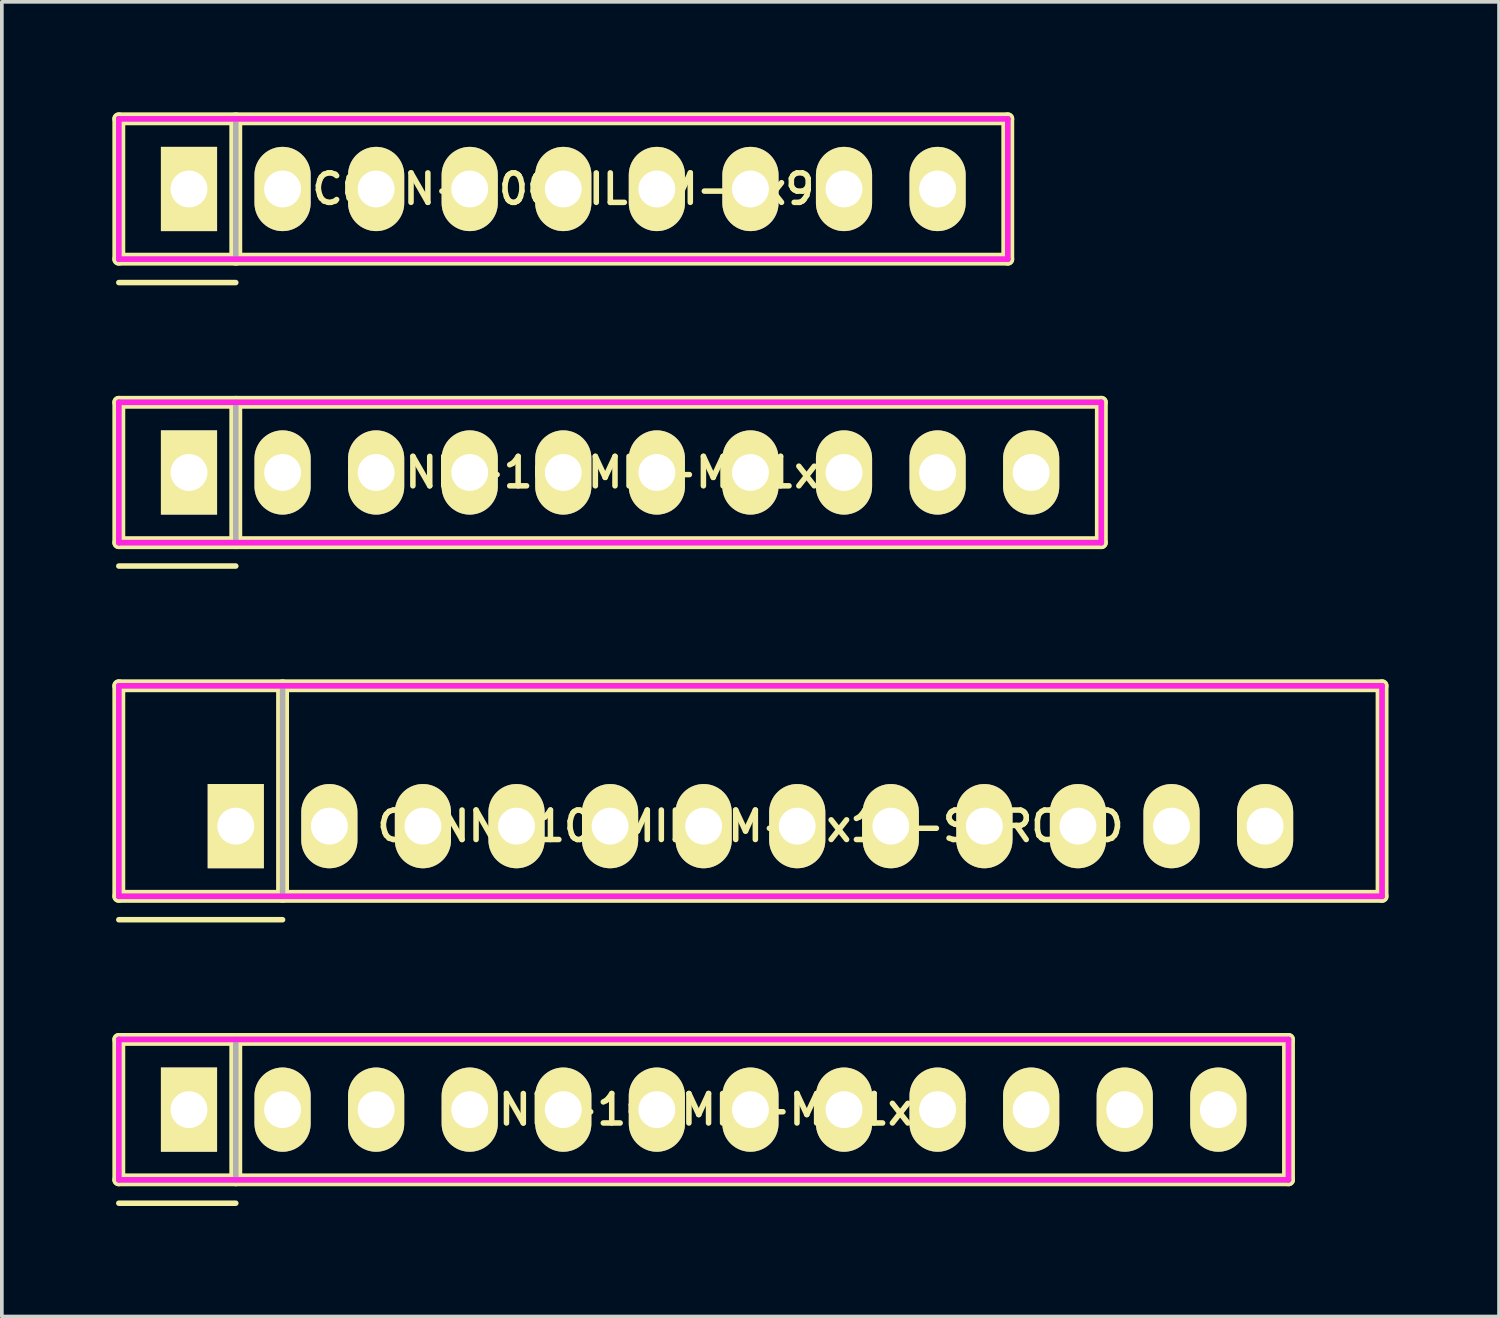
<source format=kicad_pcb>
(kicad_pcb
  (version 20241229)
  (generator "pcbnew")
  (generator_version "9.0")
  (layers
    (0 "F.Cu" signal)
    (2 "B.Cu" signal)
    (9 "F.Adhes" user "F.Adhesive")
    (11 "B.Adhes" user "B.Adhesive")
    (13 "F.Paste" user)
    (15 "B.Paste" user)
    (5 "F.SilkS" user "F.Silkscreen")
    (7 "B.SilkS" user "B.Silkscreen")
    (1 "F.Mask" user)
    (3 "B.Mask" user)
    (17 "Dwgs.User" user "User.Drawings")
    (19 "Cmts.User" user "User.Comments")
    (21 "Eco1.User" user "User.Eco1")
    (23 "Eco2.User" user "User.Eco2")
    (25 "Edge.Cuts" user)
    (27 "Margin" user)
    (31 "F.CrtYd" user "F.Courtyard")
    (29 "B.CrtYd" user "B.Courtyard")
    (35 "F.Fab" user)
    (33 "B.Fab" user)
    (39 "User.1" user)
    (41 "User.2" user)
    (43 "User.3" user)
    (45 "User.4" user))
  (footprint "CONN-100MIL-M-1x9"
    (layer "F.Cu")
    (at 12.24 2.08)
    (property "Reference" "CONN-100MIL-M-1x9" (at 0 0 0) (layer "F.SilkS") (effects (font (size 0.8 0.8) (thickness 0.15))))
    (attr through_hole)
    (fp_line (start -12.065 -1.905) (end 12.065 -1.905) (stroke (width 0.35) (type solid)) (layer "F.SilkS"))
    (fp_line (start -12.065 1.905) (end -12.065 -1.905) (stroke (width 0.35) (type solid)) (layer "F.SilkS"))
    (fp_line (start -12.065 2.54) (end -8.89 2.54) (stroke (width 0.15) (type solid)) (layer "F.SilkS"))
    (fp_line (start -8.89 -1.905) (end -8.89 1.905) (stroke (width 0.35) (type solid)) (layer "F.SilkS"))
    (fp_line (start 12.065 -1.905) (end 12.065 1.905) (stroke (width 0.35) (type solid)) (layer "F.SilkS"))
    (fp_line (start 12.065 1.905) (end -12.065 1.905) (stroke (width 0.35) (type solid)) (layer "F.SilkS"))
    (fp_line (start -12.065 -1.905) (end 12.065 -1.905) (stroke (width 0.15) (type solid)) (layer "F.CrtYd"))
    (fp_line (start -12.065 1.905) (end -12.065 -1.905) (stroke (width 0.15) (type solid)) (layer "F.CrtYd"))
    (fp_line (start 12.065 -1.905) (end 12.065 1.905) (stroke (width 0.15) (type solid)) (layer "F.CrtYd"))
    (fp_line (start 12.065 1.905) (end -12.065 1.905) (stroke (width 0.15) (type solid)) (layer "F.CrtYd"))
    (fp_line (start -12.065 -1.905) (end 12.065 -1.905) (stroke (width 0.15) (type solid)) (layer "F.Fab"))
    (fp_line (start -12.065 1.905) (end -12.065 -1.905) (stroke (width 0.15) (type solid)) (layer "F.Fab"))
    (fp_line (start -8.89 -1.905) (end -8.89 1.905) (stroke (width 0.15) (type solid)) (layer "F.Fab"))
    (fp_line (start 12.065 -1.905) (end 12.065 1.905) (stroke (width 0.15) (type solid)) (layer "F.Fab"))
    (fp_line (start 12.065 1.905) (end -12.065 1.905) (stroke (width 0.15) (type solid)) (layer "F.Fab"))
    (pad "1" thru_hole rect (at -10.16 0) (size 1.524 2.286) (drill 1) (layers "*.Cu" "*.Mask" "F.SilkS"))
    (pad "2" thru_hole oval (at -7.62 0) (size 1.524 2.286) (drill 1) (layers "*.Cu" "*.Mask" "F.SilkS"))
    (pad "3" thru_hole oval (at -5.08 0) (size 1.524 2.286) (drill 1) (layers "*.Cu" "*.Mask" "F.SilkS"))
    (pad "4" thru_hole oval (at -2.54 0) (size 1.524 2.286) (drill 1) (layers "*.Cu" "*.Mask" "F.SilkS"))
    (pad "5" thru_hole oval (at 0 0) (size 1.524 2.286) (drill 1) (layers "*.Cu" "*.Mask" "F.SilkS"))
    (pad "6" thru_hole oval (at 2.54 0) (size 1.524 2.286) (drill 1) (layers "*.Cu" "*.Mask" "F.SilkS"))
    (pad "7" thru_hole oval (at 5.08 0) (size 1.524 2.286) (drill 1) (layers "*.Cu" "*.Mask" "F.SilkS"))
    (pad "8" thru_hole oval (at 7.62 0) (size 1.524 2.286) (drill 1) (layers "*.Cu" "*.Mask" "F.SilkS"))
    (pad "9" thru_hole oval (at 10.16 0) (size 1.524 2.286) (drill 1) (layers "*.Cu" "*.Mask" "F.SilkS")))
  (footprint "CONN-100MIL-M-1x12-SHROUD"
    (layer "F.Cu")
    (at 17.32 19.375)
    (property "Reference" "CONN-100MIL-M-1x12-SHROUD" (at 0 0 0) (layer "F.SilkS") (effects (font (size 0.8 0.8) (thickness 0.15))))
    (attr through_hole)
    (fp_line (start -17.145 -3.81) (end 17.145 -3.81) (stroke (width 0.35) (type solid)) (layer "F.SilkS"))
    (fp_line (start -17.145 1.905) (end -17.145 -3.81) (stroke (width 0.35) (type solid)) (layer "F.SilkS"))
    (fp_line (start -17.145 2.54) (end -12.7 2.54) (stroke (width 0.15) (type solid)) (layer "F.SilkS"))
    (fp_line (start -12.7 -3.81) (end -12.7 1.905) (stroke (width 0.35) (type solid)) (layer "F.SilkS"))
    (fp_line (start 17.145 -3.81) (end 17.145 1.905) (stroke (width 0.35) (type solid)) (layer "F.SilkS"))
    (fp_line (start 17.145 1.905) (end -17.145 1.905) (stroke (width 0.35) (type solid)) (layer "F.SilkS"))
    (fp_line (start -17.145 -3.81) (end 17.145 -3.81) (stroke (width 0.15) (type solid)) (layer "F.CrtYd"))
    (fp_line (start -17.145 1.905) (end -17.145 -3.81) (stroke (width 0.15) (type solid)) (layer "F.CrtYd"))
    (fp_line (start 17.145 -3.81) (end 17.145 1.905) (stroke (width 0.15) (type solid)) (layer "F.CrtYd"))
    (fp_line (start 17.145 1.905) (end -17.145 1.905) (stroke (width 0.15) (type solid)) (layer "F.CrtYd"))
    (fp_line (start -17.145 -3.81) (end 17.145 -3.81) (stroke (width 0.15) (type solid)) (layer "F.Fab"))
    (fp_line (start -17.145 1.905) (end -17.145 -3.81) (stroke (width 0.15) (type solid)) (layer "F.Fab"))
    (fp_line (start -12.7 -3.81) (end -12.7 1.905) (stroke (width 0.15) (type solid)) (layer "F.Fab"))
    (fp_line (start 17.145 -3.81) (end 17.145 1.905) (stroke (width 0.15) (type solid)) (layer "F.Fab"))
    (fp_line (start 17.145 1.905) (end -17.145 1.905) (stroke (width 0.15) (type solid)) (layer "F.Fab"))
    (pad "1" thru_hole rect (at -13.97 0) (size 1.524 2.286) (drill 1) (layers "*.Cu" "*.Mask" "F.SilkS"))
    (pad "2" thru_hole oval (at -11.43 0) (size 1.524 2.286) (drill 1) (layers "*.Cu" "*.Mask" "F.SilkS"))
    (pad "3" thru_hole oval (at -8.89 0) (size 1.524 2.286) (drill 1) (layers "*.Cu" "*.Mask" "F.SilkS"))
    (pad "4" thru_hole oval (at -6.35 0) (size 1.524 2.286) (drill 1) (layers "*.Cu" "*.Mask" "F.SilkS"))
    (pad "5" thru_hole oval (at -3.81 0) (size 1.524 2.286) (drill 1) (layers "*.Cu" "*.Mask" "F.SilkS"))
    (pad "6" thru_hole oval (at -1.27 0) (size 1.524 2.286) (drill 1) (layers "*.Cu" "*.Mask" "F.SilkS"))
    (pad "7" thru_hole oval (at 1.27 0) (size 1.524 2.286) (drill 1) (layers "*.Cu" "*.Mask" "F.SilkS"))
    (pad "8" thru_hole oval (at 3.81 0) (size 1.524 2.286) (drill 1) (layers "*.Cu" "*.Mask" "F.SilkS"))
    (pad "9" thru_hole oval (at 6.35 0) (size 1.524 2.286) (drill 1) (layers "*.Cu" "*.Mask" "F.SilkS"))
    (pad "10" thru_hole oval (at 8.89 0) (size 1.524 2.286) (drill 1) (layers "*.Cu" "*.Mask" "F.SilkS"))
    (pad "11" thru_hole oval (at 11.43 0) (size 1.524 2.286) (drill 1) (layers "*.Cu" "*.Mask" "F.SilkS"))
    (pad "12" thru_hole oval (at 13.97 0) (size 1.524 2.286) (drill 1) (layers "*.Cu" "*.Mask" "F.SilkS")))
  (footprint "CONN-100MIL-M-1x12"
    (layer "F.Cu")
    (at 16.05 27.07)
    (property "Reference" "CONN-100MIL-M-1x12" (at 0 0 0) (layer "F.SilkS") (effects (font (size 0.8 0.8) (thickness 0.15))))
    (attr through_hole)
    (fp_line (start -15.875 -1.905) (end 15.875 -1.905) (stroke (width 0.35) (type solid)) (layer "F.SilkS"))
    (fp_line (start -15.875 1.905) (end -15.875 -1.905) (stroke (width 0.35) (type solid)) (layer "F.SilkS"))
    (fp_line (start -15.875 2.54) (end -12.7 2.54) (stroke (width 0.15) (type solid)) (layer "F.SilkS"))
    (fp_line (start -12.7 -1.905) (end -12.7 1.905) (stroke (width 0.35) (type solid)) (layer "F.SilkS"))
    (fp_line (start 15.875 -1.905) (end 15.875 1.905) (stroke (width 0.35) (type solid)) (layer "F.SilkS"))
    (fp_line (start 15.875 1.905) (end -15.875 1.905) (stroke (width 0.35) (type solid)) (layer "F.SilkS"))
    (fp_line (start -15.875 -1.905) (end 15.875 -1.905) (stroke (width 0.15) (type solid)) (layer "F.CrtYd"))
    (fp_line (start -15.875 1.905) (end -15.875 -1.905) (stroke (width 0.15) (type solid)) (layer "F.CrtYd"))
    (fp_line (start 15.875 -1.905) (end 15.875 1.905) (stroke (width 0.15) (type solid)) (layer "F.CrtYd"))
    (fp_line (start 15.875 1.905) (end -15.875 1.905) (stroke (width 0.15) (type solid)) (layer "F.CrtYd"))
    (fp_line (start -15.875 -1.905) (end 15.875 -1.905) (stroke (width 0.15) (type solid)) (layer "F.Fab"))
    (fp_line (start -15.875 1.905) (end -15.875 -1.905) (stroke (width 0.15) (type solid)) (layer "F.Fab"))
    (fp_line (start -12.7 -1.905) (end -12.7 1.905) (stroke (width 0.15) (type solid)) (layer "F.Fab"))
    (fp_line (start 15.875 -1.905) (end 15.875 1.905) (stroke (width 0.15) (type solid)) (layer "F.Fab"))
    (fp_line (start 15.875 1.905) (end -15.875 1.905) (stroke (width 0.15) (type solid)) (layer "F.Fab"))
    (pad "1" thru_hole rect (at -13.97 0) (size 1.524 2.286) (drill 1) (layers "*.Cu" "*.Mask" "F.SilkS"))
    (pad "2" thru_hole oval (at -11.43 0) (size 1.524 2.286) (drill 1) (layers "*.Cu" "*.Mask" "F.SilkS"))
    (pad "3" thru_hole oval (at -8.89 0) (size 1.524 2.286) (drill 1) (layers "*.Cu" "*.Mask" "F.SilkS"))
    (pad "4" thru_hole oval (at -6.35 0) (size 1.524 2.286) (drill 1) (layers "*.Cu" "*.Mask" "F.SilkS"))
    (pad "5" thru_hole oval (at -3.81 0) (size 1.524 2.286) (drill 1) (layers "*.Cu" "*.Mask" "F.SilkS"))
    (pad "6" thru_hole oval (at -1.27 0) (size 1.524 2.286) (drill 1) (layers "*.Cu" "*.Mask" "F.SilkS"))
    (pad "7" thru_hole oval (at 1.27 0) (size 1.524 2.286) (drill 1) (layers "*.Cu" "*.Mask" "F.SilkS"))
    (pad "8" thru_hole oval (at 3.81 0) (size 1.524 2.286) (drill 1) (layers "*.Cu" "*.Mask" "F.SilkS"))
    (pad "9" thru_hole oval (at 6.35 0) (size 1.524 2.286) (drill 1) (layers "*.Cu" "*.Mask" "F.SilkS"))
    (pad "10" thru_hole oval (at 8.89 0) (size 1.524 2.286) (drill 1) (layers "*.Cu" "*.Mask" "F.SilkS"))
    (pad "11" thru_hole oval (at 11.43 0) (size 1.524 2.286) (drill 1) (layers "*.Cu" "*.Mask" "F.SilkS"))
    (pad "12" thru_hole oval (at 13.97 0) (size 1.524 2.286) (drill 1) (layers "*.Cu" "*.Mask" "F.SilkS")))
  (footprint "CONN-100MIL-M-1x10"
    (layer "F.Cu")
    (at 13.51 9.775)
    (property "Reference" "CONN-100MIL-M-1x10" (at 0 0 0) (layer "F.SilkS") (effects (font (size 0.8 0.8) (thickness 0.15))))
    (attr through_hole)
    (fp_line (start -13.335 -1.905) (end 13.335 -1.905) (stroke (width 0.35) (type solid)) (layer "F.SilkS"))
    (fp_line (start -13.335 1.905) (end -13.335 -1.905) (stroke (width 0.35) (type solid)) (layer "F.SilkS"))
    (fp_line (start -13.335 2.54) (end -10.16 2.54) (stroke (width 0.15) (type solid)) (layer "F.SilkS"))
    (fp_line (start -10.16 -1.905) (end -10.16 1.905) (stroke (width 0.35) (type solid)) (layer "F.SilkS"))
    (fp_line (start 13.335 -1.905) (end 13.335 1.905) (stroke (width 0.35) (type solid)) (layer "F.SilkS"))
    (fp_line (start 13.335 1.905) (end -13.335 1.905) (stroke (width 0.35) (type solid)) (layer "F.SilkS"))
    (fp_line (start -13.335 -1.905) (end 13.335 -1.905) (stroke (width 0.15) (type solid)) (layer "F.CrtYd"))
    (fp_line (start -13.335 1.905) (end -13.335 -1.905) (stroke (width 0.15) (type solid)) (layer "F.CrtYd"))
    (fp_line (start 13.335 -1.905) (end 13.335 1.905) (stroke (width 0.15) (type solid)) (layer "F.CrtYd"))
    (fp_line (start 13.335 1.905) (end -13.335 1.905) (stroke (width 0.15) (type solid)) (layer "F.CrtYd"))
    (fp_line (start -13.335 -1.905) (end 13.335 -1.905) (stroke (width 0.15) (type solid)) (layer "F.Fab"))
    (fp_line (start -13.335 1.905) (end -13.335 -1.905) (stroke (width 0.15) (type solid)) (layer "F.Fab"))
    (fp_line (start -10.16 -1.905) (end -10.16 1.905) (stroke (width 0.15) (type solid)) (layer "F.Fab"))
    (fp_line (start 13.335 -1.905) (end 13.335 1.905) (stroke (width 0.15) (type solid)) (layer "F.Fab"))
    (fp_line (start 13.335 1.905) (end -13.335 1.905) (stroke (width 0.15) (type solid)) (layer "F.Fab"))
    (pad "1" thru_hole rect (at -11.43 0) (size 1.524 2.286) (drill 1) (layers "*.Cu" "*.Mask" "F.SilkS"))
    (pad "2" thru_hole oval (at -8.89 0) (size 1.524 2.286) (drill 1) (layers "*.Cu" "*.Mask" "F.SilkS"))
    (pad "3" thru_hole oval (at -6.35 0) (size 1.524 2.286) (drill 1) (layers "*.Cu" "*.Mask" "F.SilkS"))
    (pad "4" thru_hole oval (at -3.81 0) (size 1.524 2.286) (drill 1) (layers "*.Cu" "*.Mask" "F.SilkS"))
    (pad "5" thru_hole oval (at -1.27 0) (size 1.524 2.286) (drill 1) (layers "*.Cu" "*.Mask" "F.SilkS"))
    (pad "6" thru_hole oval (at 1.27 0) (size 1.524 2.286) (drill 1) (layers "*.Cu" "*.Mask" "F.SilkS"))
    (pad "7" thru_hole oval (at 3.81 0) (size 1.524 2.286) (drill 1) (layers "*.Cu" "*.Mask" "F.SilkS"))
    (pad "8" thru_hole oval (at 6.35 0) (size 1.524 2.286) (drill 1) (layers "*.Cu" "*.Mask" "F.SilkS"))
    (pad "9" thru_hole oval (at 8.89 0) (size 1.524 2.286) (drill 1) (layers "*.Cu" "*.Mask" "F.SilkS"))
    (pad "10" thru_hole oval (at 11.43 0) (size 1.524 2.286) (drill 1) (layers "*.Cu" "*.Mask" "F.SilkS")))
  (gr_rect
    (start -3 -3)
    (end 37.64 32.685)
    (stroke (width 0.1) (type default))
    (fill no)
    (layer "Edge.Cuts")))
</source>
